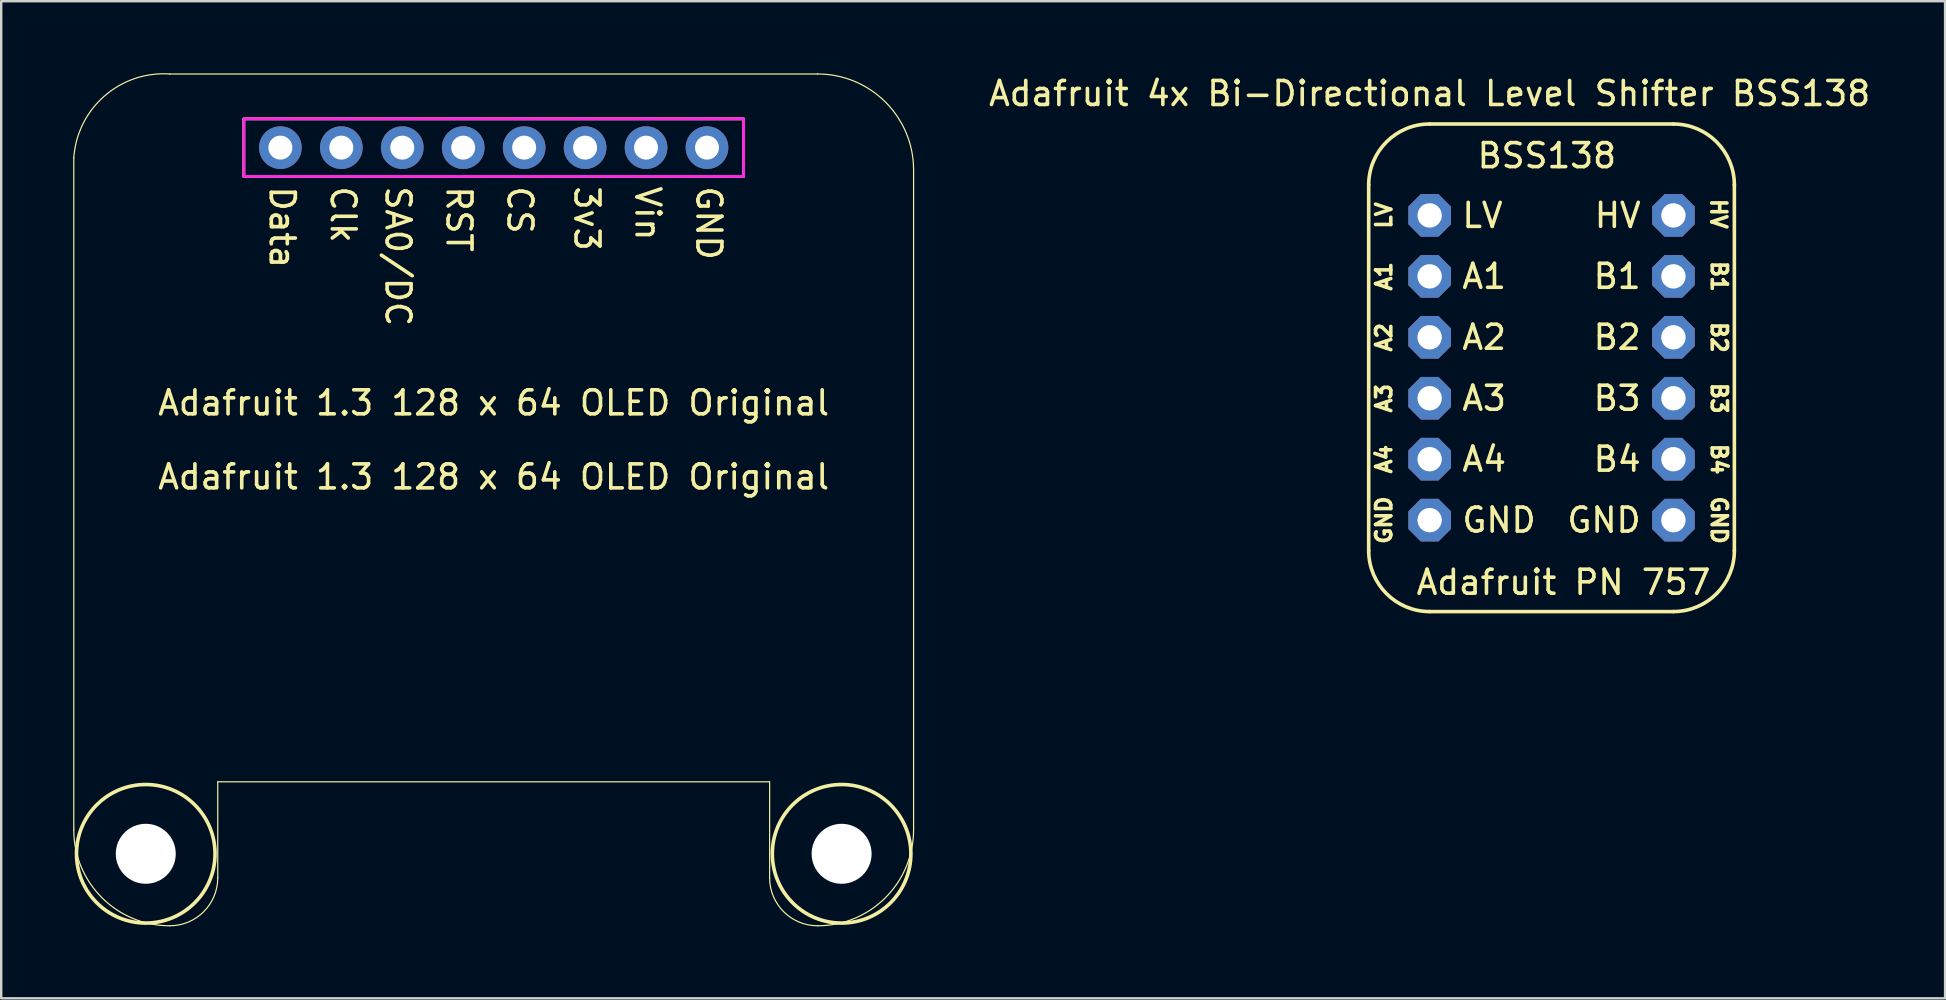
<source format=kicad_pcb>
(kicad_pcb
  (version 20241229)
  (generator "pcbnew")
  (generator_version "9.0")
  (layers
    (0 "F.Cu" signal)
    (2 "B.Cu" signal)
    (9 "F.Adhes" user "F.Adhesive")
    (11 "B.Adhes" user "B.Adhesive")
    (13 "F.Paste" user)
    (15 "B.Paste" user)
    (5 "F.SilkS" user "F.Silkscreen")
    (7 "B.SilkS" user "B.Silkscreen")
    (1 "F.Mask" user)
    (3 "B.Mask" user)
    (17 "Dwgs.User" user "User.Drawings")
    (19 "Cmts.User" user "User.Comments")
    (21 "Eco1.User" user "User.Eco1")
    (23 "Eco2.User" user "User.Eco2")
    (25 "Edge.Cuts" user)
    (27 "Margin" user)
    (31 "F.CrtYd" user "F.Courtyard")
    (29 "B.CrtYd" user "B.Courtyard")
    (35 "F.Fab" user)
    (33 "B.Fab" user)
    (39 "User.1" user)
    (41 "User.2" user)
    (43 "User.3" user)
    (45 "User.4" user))
  (footprint "Adafruit 4x Bi-Directional Level Shifter BSS138"
    (layer "F.Cu")
    (at 53.992 23.708)
    (property "Reference" "Adafruit 4x Bi-Directional Level Shifter BSS138" (at 2.54 -22.86 0) (unlocked yes) (layer "F.SilkS") (effects (font (size 1 1) (thickness 0.15))))
    (attr through_hole)
    (fp_line (start 0 -3.81) (end 0 -19.05) (stroke (width 0.15) (type default)) (layer "F.SilkS"))
    (fp_line (start 2.54 -21.59) (end 12.7 -21.59) (stroke (width 0.15) (type default)) (layer "F.SilkS"))
    (fp_line (start 2.54 -1.27) (end 12.7 -1.27) (stroke (width 0.15) (type default)) (layer "F.SilkS"))
    (fp_line (start 15.24 -3.81) (end 15.24 -19.05) (stroke (width 0.15) (type default)) (layer "F.SilkS"))
    (fp_arc (start 0 -19.05) (mid 0.743949 -20.846051) (end 2.54 -21.59) (stroke (width 0.15) (type default)) (layer "F.SilkS"))
    (fp_arc (start 2.54 -1.27) (mid 0.743949 -2.013949) (end 0 -3.81) (stroke (width 0.15) (type default)) (layer "F.SilkS"))
    (fp_arc (start 12.7 -21.59) (mid 14.496051 -20.846051) (end 15.24 -19.05) (stroke (width 0.15) (type default)) (layer "F.SilkS"))
    (fp_arc (start 15.24 -3.81) (mid 14.496051 -2.013949) (end 12.7 -1.27) (stroke (width 0.15) (type default)) (layer "F.SilkS"))
    (fp_text user "GND" (at 0.635 -5.08 90) (unlocked yes) (layer "F.SilkS") (effects (font (size 0.635 0.635) (thickness 0.15))))
    (fp_text user "GND" (at 3.81 -5.08 0) (unlocked yes) (layer "F.SilkS") (effects (font (size 1 1) (thickness 0.15)) (justify left)))
    (fp_text user "HV" (at 14.582 -17.846 270) (unlocked yes) (layer "F.SilkS") (effects (font (size 0.635 0.635) (thickness 0.15))))
    (fp_text user "A3" (at 3.81 -10.16 0) (unlocked yes) (layer "F.SilkS") (effects (font (size 1 1) (thickness 0.15)) (justify left)))
    (fp_text user "GND" (at 14.605 -5.08 270) (unlocked yes) (layer "F.SilkS") (effects (font (size 0.635 0.635) (thickness 0.15))))
    (fp_text user "HV" (at 11.43 -17.78 0) (unlocked yes) (layer "F.SilkS") (effects (font (size 1 1) (thickness 0.15)) (justify right)))
    (fp_text user "Adafruit PN 757" (at 1.905 -1.905 0) (unlocked yes) (layer "F.SilkS") (effects (font (size 1 1) (thickness 0.15)) (justify left bottom)))
    (fp_text user "B4" (at 11.43 -7.62 0) (unlocked yes) (layer "F.SilkS") (effects (font (size 1 1) (thickness 0.15)) (justify right)))
    (fp_text user "B4" (at 14.605 -7.62 270) (unlocked yes) (layer "F.SilkS") (effects (font (size 0.635 0.635) (thickness 0.15))))
    (fp_text user "B1" (at 11.43 -15.24 0) (unlocked yes) (layer "F.SilkS") (effects (font (size 1 1) (thickness 0.15)) (justify right)))
    (fp_text user "B1" (at 14.605 -15.24 270) (unlocked yes) (layer "F.SilkS") (effects (font (size 0.635 0.635) (thickness 0.15))))
    (fp_text user "LV" (at 3.81 -17.78 0) (unlocked yes) (layer "F.SilkS") (effects (font (size 1 1) (thickness 0.15)) (justify left)))
    (fp_text user "BSS138" (at 4.445 -19.685 0) (unlocked yes) (layer "F.SilkS") (effects (font (size 1 1) (thickness 0.15)) (justify left bottom)))
    (fp_text user "A3" (at 0.635 -10.16 90) (unlocked yes) (layer "F.SilkS") (effects (font (size 0.635 0.635) (thickness 0.15))))
    (fp_text user "GND" (at 11.43 -5.08 0) (unlocked yes) (layer "F.SilkS") (effects (font (size 1 1) (thickness 0.15)) (justify right)))
    (fp_text user "A1" (at 3.81 -15.24 0) (unlocked yes) (layer "F.SilkS") (effects (font (size 1 1) (thickness 0.15)) (justify left)))
    (fp_text user "A4" (at 3.81 -7.62 0) (unlocked yes) (layer "F.SilkS") (effects (font (size 1 1) (thickness 0.15)) (justify left)))
    (fp_text user "A2" (at 0.635 -12.7 90) (unlocked yes) (layer "F.SilkS") (effects (font (size 0.635 0.635) (thickness 0.15))))
    (fp_text user "B2" (at 14.605 -12.7 270) (unlocked yes) (layer "F.SilkS") (effects (font (size 0.635 0.635) (thickness 0.15))))
    (fp_text user "B3" (at 11.43 -10.16 0) (unlocked yes) (layer "F.SilkS") (effects (font (size 1 1) (thickness 0.15)) (justify right)))
    (fp_text user "B2" (at 11.43 -12.7 0) (unlocked yes) (layer "F.SilkS") (effects (font (size 1 1) (thickness 0.15)) (justify right)))
    (fp_text user "A1" (at 0.635 -15.24 90) (unlocked yes) (layer "F.SilkS") (effects (font (size 0.635 0.635) (thickness 0.15))))
    (fp_text user "A2" (at 3.81 -12.7 0) (unlocked yes) (layer "F.SilkS") (effects (font (size 1 1) (thickness 0.15)) (justify left)))
    (fp_text user "B3" (at 14.605 -10.16 270) (unlocked yes) (layer "F.SilkS") (effects (font (size 0.635 0.635) (thickness 0.15))))
    (fp_text user "A4" (at 0.635 -7.62 90) (unlocked yes) (layer "F.SilkS") (effects (font (size 0.635 0.635) (thickness 0.15))))
    (fp_text user "LV" (at 0.635 -17.78 90) (unlocked yes) (layer "F.SilkS") (effects (font (size 0.635 0.635) (thickness 0.15))))
    (pad "1" thru_hole roundrect (at 2.54 -5.08 90) (size 1.778 1.778) (drill 1.016) (layers "*.Cu" "*.Mask") (roundrect_rratio 0.25) (chamfer_ratio 0.293) (chamfer top_left top_right bottom_left bottom_right))
    (pad "2" thru_hole roundrect (at 2.54 -7.62 90) (size 1.778 1.778) (drill 1.016) (layers "*.Cu" "*.Mask") (roundrect_rratio 0.25) (chamfer_ratio 0.293) (chamfer top_left top_right bottom_left bottom_right))
    (pad "3" thru_hole roundrect (at 2.54 -10.16 90) (size 1.778 1.778) (drill 1.016) (layers "*.Cu" "*.Mask") (roundrect_rratio 0.25) (chamfer_ratio 0.293) (chamfer top_left top_right bottom_left bottom_right))
    (pad "4" thru_hole roundrect (at 2.54 -12.7 90) (size 1.778 1.778) (drill 1.016) (layers "*.Cu" "*.Mask") (roundrect_rratio 0.25) (chamfer_ratio 0.293) (chamfer top_left top_right bottom_left bottom_right))
    (pad "5" thru_hole roundrect (at 2.54 -15.24 90) (size 1.778 1.778) (drill 1.016) (layers "*.Cu" "*.Mask") (roundrect_rratio 0.25) (chamfer_ratio 0.293) (chamfer top_left top_right bottom_left bottom_right))
    (pad "6" thru_hole roundrect (at 2.54 -17.78 90) (size 1.778 1.778) (drill 1.016) (layers "*.Cu" "*.Mask") (roundrect_rratio 0.25) (chamfer_ratio 0.293) (chamfer top_left top_right bottom_left bottom_right))
    (pad "7" thru_hole roundrect (at 12.7 -17.78 90) (size 1.778 1.778) (drill 1.016) (layers "*.Cu" "*.Mask") (roundrect_rratio 0.25) (chamfer_ratio 0.293) (chamfer top_left top_right bottom_left bottom_right))
    (pad "8" thru_hole roundrect (at 12.7 -15.24 90) (size 1.778 1.778) (drill 1.016) (layers "*.Cu" "*.Mask") (roundrect_rratio 0.25) (chamfer_ratio 0.293) (chamfer top_left top_right bottom_left bottom_right))
    (pad "9" thru_hole roundrect (at 12.7 -12.7 90) (size 1.778 1.778) (drill 1.016) (layers "*.Cu" "*.Mask") (roundrect_rratio 0.25) (chamfer_ratio 0.293) (chamfer top_left top_right bottom_left bottom_right))
    (pad "10" thru_hole roundrect (at 12.7 -10.16 90) (size 1.778 1.778) (drill 1.016) (layers "*.Cu" "*.Mask") (roundrect_rratio 0.25) (chamfer_ratio 0.293) (chamfer top_left top_right bottom_left bottom_right))
    (pad "11" thru_hole roundrect (at 12.7 -7.62 90) (size 1.778 1.778) (drill 1.016) (layers "*.Cu" "*.Mask") (roundrect_rratio 0.25) (chamfer_ratio 0.293) (chamfer top_left top_right bottom_left bottom_right))
    (pad "12" thru_hole roundrect (at 12.7 -5.08 90) (size 1.778 1.778) (drill 1.016) (layers "*.Cu" "*.Mask") (roundrect_rratio 0.25) (chamfer_ratio 0.293) (chamfer top_left top_right bottom_left bottom_right)))
  (footprint "Adafruit 1.3 128 x 64 OLED Original"
    (layer "F.Cu")
    (at 17.525 17.327)
    (property "Reference" "Adafruit 1.3 128 x 64 OLED Original" (at 0 -0.5 0) (unlocked yes) (layer "F.SilkS") (effects (font (size 1 1) (thickness 0.15))))
    (attr through_hole)
    (fp_line (start -17.5 14.206) (end -17.5 -13.794) (stroke (width 0.05) (type solid)) (layer "F.SilkS"))
    (fp_line (start -13.5 -17.294) (end 13.5 -17.294) (stroke (width 0.05) (type solid)) (layer "F.SilkS"))
    (fp_line (start -11.5 16.206) (end -11.5 12.206) (stroke (width 0.05) (type solid)) (layer "F.SilkS"))
    (fp_line (start 11.5 12.206) (end -11.5 12.206) (stroke (width 0.05) (type solid)) (layer "F.SilkS"))
    (fp_line (start 11.5 12.206) (end 11.5 16.206) (stroke (width 0.05) (type solid)) (layer "F.SilkS"))
    (fp_line (start 17.5 -13.294) (end 17.5 14.206) (stroke (width 0.05) (type solid)) (layer "F.SilkS"))
    (fp_rect (start -10.414 -15.424) (end 10.414 -13.024) (stroke (width 0.12) (type default)) (fill no) (layer "F.SilkS"))
    (fp_arc (start -17.5 -13.794) (mid -16.224857 -16.372408) (end -13.5 -17.294) (stroke (width 0.05) (type solid)) (layer "F.SilkS"))
    (fp_arc (start -13.5 18.206) (mid -16.32842 17.03442) (end -17.5 14.206) (stroke (width 0.05) (type solid)) (layer "F.SilkS"))
    (fp_arc (start -11.5 16.206) (mid -12.085767 17.620233) (end -13.5 18.206) (stroke (width 0.05) (type solid)) (layer "F.SilkS"))
    (fp_arc (start 13.5 -17.294) (mid 16.328436 -16.122436) (end 17.5 -13.294) (stroke (width 0.05) (type solid)) (layer "F.SilkS"))
    (fp_arc (start 13.5 18.206) (mid 12.085795 17.620205) (end 11.5 16.206) (stroke (width 0.05) (type solid)) (layer "F.SilkS"))
    (fp_arc (start 17.5 14.206) (mid 16.328447 17.034447) (end 13.5 18.206) (stroke (width 0.05) (type solid)) (layer "F.SilkS"))
    (fp_circle (center -14.5 15.206) (end -11.613 15.206) (stroke (width 0.15) (type default)) (fill no) (layer "F.SilkS"))
    (fp_circle (center 14.5 15.206) (end 17.387 15.206) (stroke (width 0.15) (type default)) (fill no) (layer "F.SilkS"))
    (fp_rect (start -10.414 -15.424) (end 10.414 -13.024) (stroke (width 0.12) (type default)) (fill no) (layer "F.CrtYd"))
    (fp_text user "Vin" (at 5.842 -12.7 270) (unlocked yes) (layer "F.SilkS") (effects (font (size 1 1) (thickness 0.15)) (justify left bottom)))
    (fp_text user "CS" (at 0.508 -12.7 270) (unlocked yes) (layer "F.SilkS") (effects (font (size 1 1) (thickness 0.15)) (justify left bottom)))
    (fp_text user "Clk" (at -6.858 -12.7 270) (unlocked yes) (layer "F.SilkS") (effects (font (size 1 1) (thickness 0.15)) (justify left bottom)))
    (fp_text user "3v3" (at 3.302 -12.7 270) (unlocked yes) (layer "F.SilkS") (effects (font (size 1 1) (thickness 0.15)) (justify left bottom)))
    (fp_text user "SA0/DC" (at -4.572 -12.7 270) (unlocked yes) (layer "F.SilkS") (effects (font (size 1 1) (thickness 0.15)) (justify left bottom)))
    (fp_text user "Adafruit 1.3 128 x 64 OLED Original" (at 0 -3 0) (unlocked yes) (layer "F.SilkS") (effects (font (size 1 1) (thickness 0.15)) (justify bottom)))
    (fp_text user "GND" (at 8.382 -12.7 270) (unlocked yes) (layer "F.SilkS") (effects (font (size 1 1) (thickness 0.15)) (justify left bottom)))
    (fp_text user "RST" (at -2.032 -12.7 270) (unlocked yes) (layer "F.SilkS") (effects (font (size 1 1) (thickness 0.15)) (justify left bottom)))
    (fp_text user "Data" (at -9.398 -12.7 270) (unlocked yes) (layer "F.SilkS") (effects (font (size 1 1) (thickness 0.153)) (justify left bottom)))
    (pad "" np_thru_hole circle (at -14.5 15.206) (size 2.5 2.5) (drill 2.5) (layers "*.Cu" "*.Mask"))
    (pad "" np_thru_hole circle (at 14.5 15.206) (size 2.5 2.5) (drill 2.5) (layers "*.Cu" "*.Mask"))
    (pad "1" thru_hole circle (at -8.89 -14.224 90) (size 1.778 1.778) (drill 1) (layers "*.Cu" "*.Mask"))
    (pad "2" thru_hole circle (at -6.35 -14.224 90) (size 1.778 1.778) (drill 1) (layers "*.Cu" "*.Mask"))
    (pad "3" thru_hole circle (at -3.81 -14.224 90) (size 1.778 1.778) (drill 1) (layers "*.Cu" "*.Mask"))
    (pad "4" thru_hole circle (at -1.27 -14.224 90) (size 1.778 1.778) (drill 1) (layers "*.Cu" "*.Mask"))
    (pad "5" thru_hole circle (at 1.27 -14.224 90) (size 1.778 1.778) (drill 1) (layers "*.Cu" "*.Mask"))
    (pad "6" thru_hole circle (at 3.81 -14.224 90) (size 1.778 1.778) (drill 1) (layers "*.Cu" "*.Mask"))
    (pad "7" thru_hole circle (at 6.35 -14.224 90) (size 1.778 1.778) (drill 1) (layers "*.Cu" "*.Mask"))
    (pad "8" thru_hole circle (at 8.89 -14.224 90) (size 1.778 1.778) (drill 1) (layers "*.Cu" "*.Mask")))
  (gr_rect
    (start -3 -3)
    (end 78.014 38.558)
    (stroke (width 0.1) (type default))
    (fill no)
    (layer "Edge.Cuts")))
</source>
